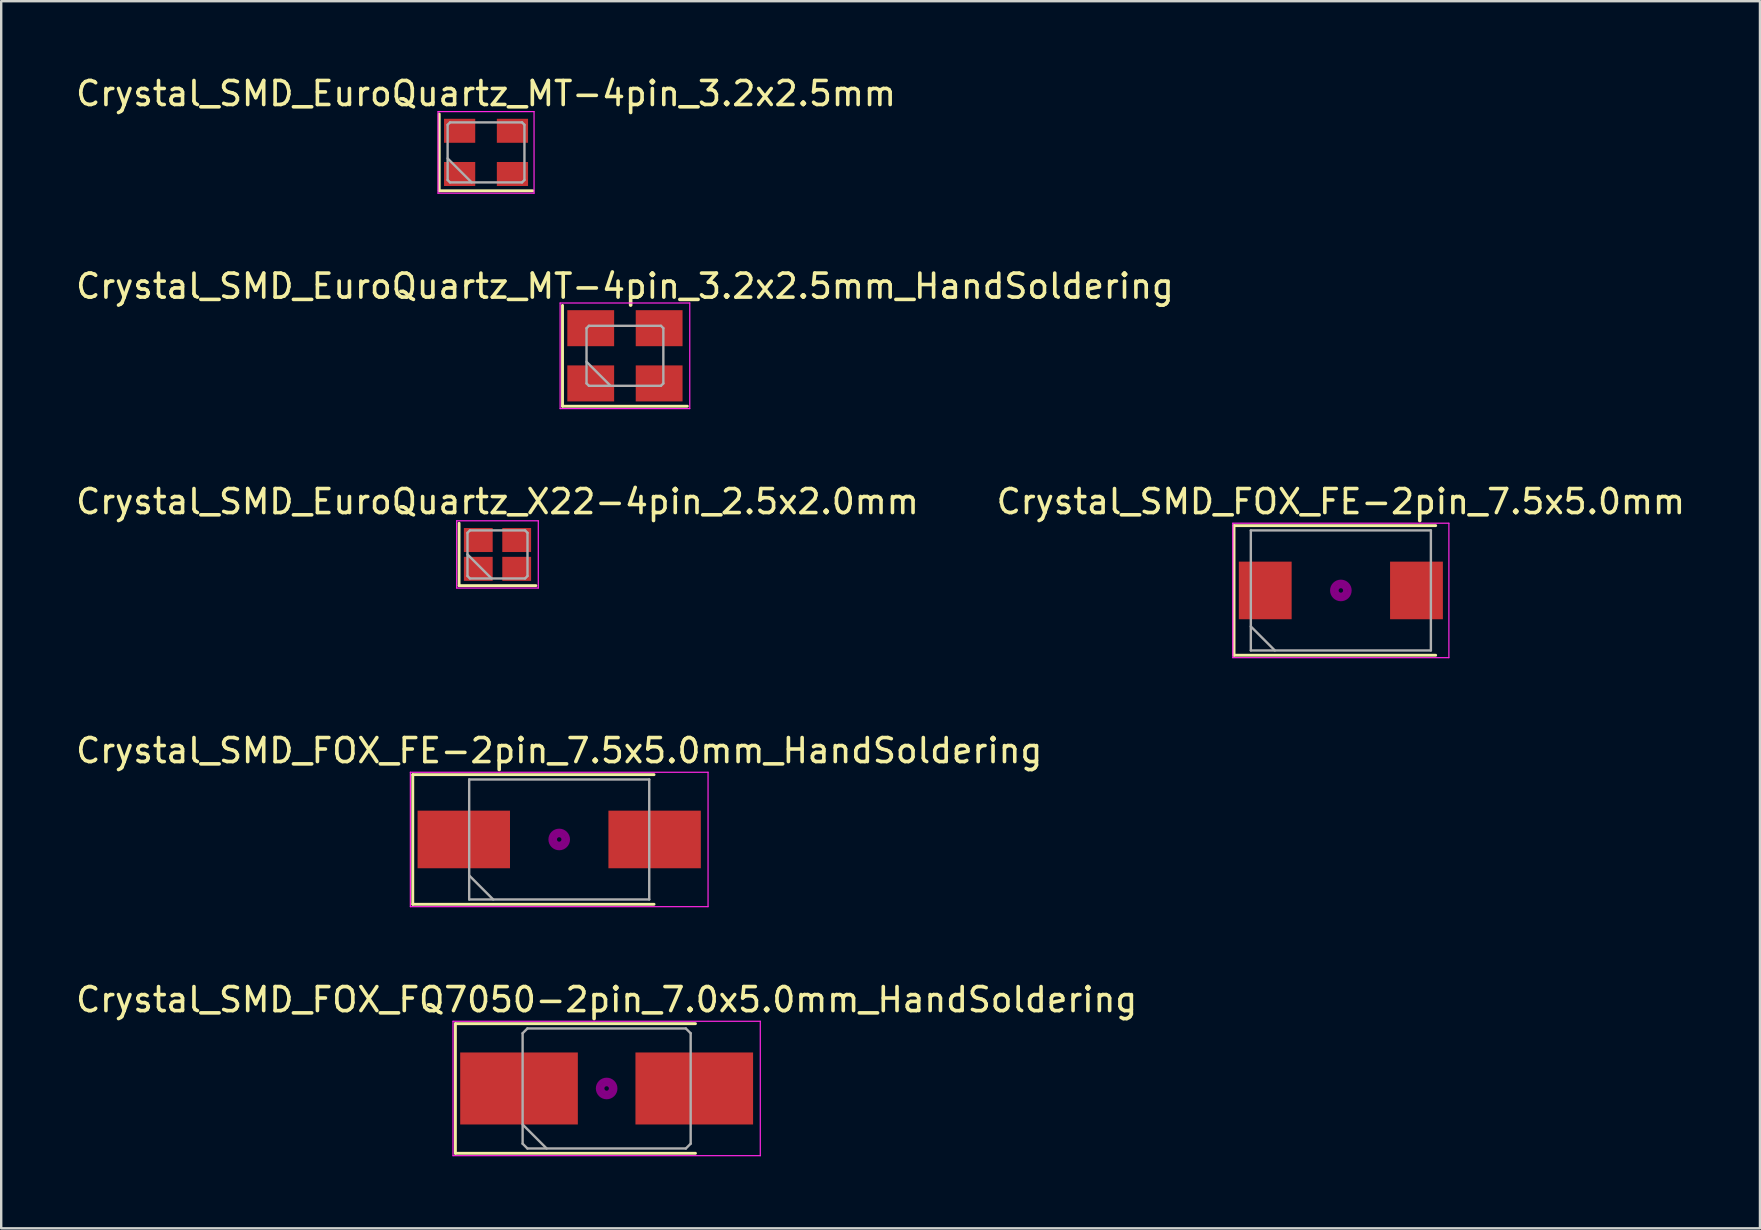
<source format=kicad_pcb>
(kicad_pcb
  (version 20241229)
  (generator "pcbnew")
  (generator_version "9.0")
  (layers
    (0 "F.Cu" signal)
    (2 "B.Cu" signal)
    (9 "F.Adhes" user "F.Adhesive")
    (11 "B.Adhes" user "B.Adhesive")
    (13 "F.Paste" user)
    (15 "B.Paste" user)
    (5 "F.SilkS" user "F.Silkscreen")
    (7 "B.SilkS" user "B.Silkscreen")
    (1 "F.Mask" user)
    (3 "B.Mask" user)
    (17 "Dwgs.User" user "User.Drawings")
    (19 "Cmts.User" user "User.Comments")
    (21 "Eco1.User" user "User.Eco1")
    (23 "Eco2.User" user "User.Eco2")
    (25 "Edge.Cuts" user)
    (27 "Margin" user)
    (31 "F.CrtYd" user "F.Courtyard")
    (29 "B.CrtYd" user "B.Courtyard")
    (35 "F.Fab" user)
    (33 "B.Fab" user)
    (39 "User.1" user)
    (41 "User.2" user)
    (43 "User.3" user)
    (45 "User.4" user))
  (footprint "Crystal_SMD_EuroQuartz_X22-4pin_2.5x2.0mm"
    (layer "F.Cu")
    (at 17.673 20.045)
    (property "Reference" "Crystal_SMD_EuroQuartz_X22-4pin_2.5x2.0mm" (at 0 -2.2 0) (layer "F.SilkS") (effects (font (size 1 1) (thickness 0.15))))
    (attr smd)
    (fp_line (start -1.6 -1.3) (end -1.6 1.3) (stroke (width 0.12) (type solid)) (layer "F.SilkS"))
    (fp_line (start -1.6 1.3) (end 1.6 1.3) (stroke (width 0.12) (type solid)) (layer "F.SilkS"))
    (fp_line (start -1.7 -1.4) (end -1.7 1.4) (stroke (width 0.05) (type solid)) (layer "F.CrtYd"))
    (fp_line (start -1.7 1.4) (end 1.7 1.4) (stroke (width 0.05) (type solid)) (layer "F.CrtYd"))
    (fp_line (start 1.7 -1.4) (end -1.7 -1.4) (stroke (width 0.05) (type solid)) (layer "F.CrtYd"))
    (fp_line (start 1.7 1.4) (end 1.7 -1.4) (stroke (width 0.05) (type solid)) (layer "F.CrtYd"))
    (fp_line (start -1.25 -0.9) (end -1.15 -1) (stroke (width 0.1) (type solid)) (layer "F.Fab"))
    (fp_line (start -1.25 0) (end -0.25 1) (stroke (width 0.1) (type solid)) (layer "F.Fab"))
    (fp_line (start -1.25 0.9) (end -1.25 -0.9) (stroke (width 0.1) (type solid)) (layer "F.Fab"))
    (fp_line (start -1.15 -1) (end 1.15 -1) (stroke (width 0.1) (type solid)) (layer "F.Fab"))
    (fp_line (start -1.15 1) (end -1.25 0.9) (stroke (width 0.1) (type solid)) (layer "F.Fab"))
    (fp_line (start 1.15 -1) (end 1.25 -0.9) (stroke (width 0.1) (type solid)) (layer "F.Fab"))
    (fp_line (start 1.15 1) (end -1.15 1) (stroke (width 0.1) (type solid)) (layer "F.Fab"))
    (fp_line (start 1.25 -0.9) (end 1.25 0.9) (stroke (width 0.1) (type solid)) (layer "F.Fab"))
    (fp_line (start 1.25 0.9) (end 1.15 1) (stroke (width 0.1) (type solid)) (layer "F.Fab"))
    (pad "1" smd rect (at -0.8 0.6) (size 1.2 1) (layers "F.Cu" "F.Mask"))
    (pad "2" smd rect (at 0.8 0.6) (size 1.2 1) (layers "F.Cu" "F.Mask"))
    (pad "3" smd rect (at 0.8 -0.6) (size 1.2 1) (layers "F.Cu" "F.Mask"))
    (pad "4" smd rect (at -0.8 -0.6) (size 1.2 1) (layers "F.Cu" "F.Mask")))
  (footprint "Crystal_SMD_EuroQuartz_MT-4pin_3.2x2.5mm_HandSoldering"
    (layer "F.Cu")
    (at 22.982 11.771)
    (property "Reference" "Crystal_SMD_EuroQuartz_MT-4pin_3.2x2.5mm_HandSoldering" (at 0 -2.9 0) (layer "F.SilkS") (effects (font (size 1 1) (thickness 0.15))))
    (attr smd)
    (fp_line (start -2.6 -2.1) (end -2.6 2.1) (stroke (width 0.12) (type solid)) (layer "F.SilkS"))
    (fp_line (start -2.6 2.1) (end 2.6 2.1) (stroke (width 0.12) (type solid)) (layer "F.SilkS"))
    (fp_line (start -2.7 -2.2) (end -2.7 2.2) (stroke (width 0.05) (type solid)) (layer "F.CrtYd"))
    (fp_line (start -2.7 2.2) (end 2.7 2.2) (stroke (width 0.05) (type solid)) (layer "F.CrtYd"))
    (fp_line (start 2.7 -2.2) (end -2.7 -2.2) (stroke (width 0.05) (type solid)) (layer "F.CrtYd"))
    (fp_line (start 2.7 2.2) (end 2.7 -2.2) (stroke (width 0.05) (type solid)) (layer "F.CrtYd"))
    (fp_line (start -1.6 -1.15) (end -1.5 -1.25) (stroke (width 0.1) (type solid)) (layer "F.Fab"))
    (fp_line (start -1.6 0.25) (end -0.6 1.25) (stroke (width 0.1) (type solid)) (layer "F.Fab"))
    (fp_line (start -1.6 1.15) (end -1.6 -1.15) (stroke (width 0.1) (type solid)) (layer "F.Fab"))
    (fp_line (start -1.5 -1.25) (end 1.5 -1.25) (stroke (width 0.1) (type solid)) (layer "F.Fab"))
    (fp_line (start -1.5 1.25) (end -1.6 1.15) (stroke (width 0.1) (type solid)) (layer "F.Fab"))
    (fp_line (start 1.5 -1.25) (end 1.6 -1.15) (stroke (width 0.1) (type solid)) (layer "F.Fab"))
    (fp_line (start 1.5 1.25) (end -1.5 1.25) (stroke (width 0.1) (type solid)) (layer "F.Fab"))
    (fp_line (start 1.6 -1.15) (end 1.6 1.15) (stroke (width 0.1) (type solid)) (layer "F.Fab"))
    (fp_line (start 1.6 1.15) (end 1.5 1.25) (stroke (width 0.1) (type solid)) (layer "F.Fab"))
    (pad "1" smd rect (at -1.425 1.15) (size 1.95 1.5) (layers "F.Cu" "F.Mask"))
    (pad "2" smd rect (at 1.425 1.15) (size 1.95 1.5) (layers "F.Cu" "F.Mask"))
    (pad "3" smd rect (at 1.425 -1.15) (size 1.95 1.5) (layers "F.Cu" "F.Mask"))
    (pad "4" smd rect (at -1.425 -1.15) (size 1.95 1.5) (layers "F.Cu" "F.Mask")))
  (footprint "Crystal_SMD_EuroQuartz_MT-4pin_3.2x2.5mm"
    (layer "F.Cu")
    (at 17.196 3.298)
    (property "Reference" "Crystal_SMD_EuroQuartz_MT-4pin_3.2x2.5mm" (at 0 -2.45 0) (layer "F.SilkS") (effects (font (size 1 1) (thickness 0.15))))
    (attr smd)
    (fp_line (start -1.95 -1.6) (end -1.95 1.6) (stroke (width 0.12) (type solid)) (layer "F.SilkS"))
    (fp_line (start -1.95 1.6) (end 1.95 1.6) (stroke (width 0.12) (type solid)) (layer "F.SilkS"))
    (fp_line (start -2 -1.7) (end -2 1.7) (stroke (width 0.05) (type solid)) (layer "F.CrtYd"))
    (fp_line (start -2 1.7) (end 2 1.7) (stroke (width 0.05) (type solid)) (layer "F.CrtYd"))
    (fp_line (start 2 -1.7) (end -2 -1.7) (stroke (width 0.05) (type solid)) (layer "F.CrtYd"))
    (fp_line (start 2 1.7) (end 2 -1.7) (stroke (width 0.05) (type solid)) (layer "F.CrtYd"))
    (fp_line (start -1.6 -1.15) (end -1.5 -1.25) (stroke (width 0.1) (type solid)) (layer "F.Fab"))
    (fp_line (start -1.6 0.25) (end -0.6 1.25) (stroke (width 0.1) (type solid)) (layer "F.Fab"))
    (fp_line (start -1.6 1.15) (end -1.6 -1.15) (stroke (width 0.1) (type solid)) (layer "F.Fab"))
    (fp_line (start -1.5 -1.25) (end 1.5 -1.25) (stroke (width 0.1) (type solid)) (layer "F.Fab"))
    (fp_line (start -1.5 1.25) (end -1.6 1.15) (stroke (width 0.1) (type solid)) (layer "F.Fab"))
    (fp_line (start 1.5 -1.25) (end 1.6 -1.15) (stroke (width 0.1) (type solid)) (layer "F.Fab"))
    (fp_line (start 1.5 1.25) (end -1.5 1.25) (stroke (width 0.1) (type solid)) (layer "F.Fab"))
    (fp_line (start 1.6 -1.15) (end 1.6 1.15) (stroke (width 0.1) (type solid)) (layer "F.Fab"))
    (fp_line (start 1.6 1.15) (end 1.5 1.25) (stroke (width 0.1) (type solid)) (layer "F.Fab"))
    (pad "1" smd rect (at -1.1 0.9) (size 1.3 1) (layers "F.Cu" "F.Mask"))
    (pad "2" smd rect (at 1.1 0.9) (size 1.3 1) (layers "F.Cu" "F.Mask"))
    (pad "3" smd rect (at 1.1 -0.9) (size 1.3 1) (layers "F.Cu" "F.Mask"))
    (pad "4" smd rect (at -1.1 -0.9) (size 1.3 1) (layers "F.Cu" "F.Mask")))
  (footprint "Crystal_SMD_FOX_FE-2pin_7.5x5.0mm_HandSoldering"
    (layer "F.Cu")
    (at 20.244 31.918)
    (property "Reference" "Crystal_SMD_FOX_FE-2pin_7.5x5.0mm_HandSoldering" (at 0 -3.7 0) (layer "F.SilkS") (effects (font (size 1 1) (thickness 0.15))))
    (attr smd)
    (fp_line (start -6.1 -2.7) (end -6.1 2.7) (stroke (width 0.12) (type solid)) (layer "F.SilkS"))
    (fp_line (start -6.1 2.7) (end 3.95 2.7) (stroke (width 0.12) (type solid)) (layer "F.SilkS"))
    (fp_line (start 3.95 -2.7) (end -6.1 -2.7) (stroke (width 0.12) (type solid)) (layer "F.SilkS"))
    (fp_circle (center 0 0) (end 0.093 0) (stroke (width 0.187) (type solid)) (fill no) (layer "F.Adhes"))
    (fp_circle (center 0 0) (end 0.213 0) (stroke (width 0.133) (type solid)) (fill no) (layer "F.Adhes"))
    (fp_circle (center 0 0) (end 0.333 0) (stroke (width 0.133) (type solid)) (fill no) (layer "F.Adhes"))
    (fp_circle (center 0 0) (end 0.4 0) (stroke (width 0.1) (type solid)) (fill no) (layer "F.Adhes"))
    (fp_line (start -6.2 -2.8) (end -6.2 2.8) (stroke (width 0.05) (type solid)) (layer "F.CrtYd"))
    (fp_line (start -6.2 2.8) (end 6.2 2.8) (stroke (width 0.05) (type solid)) (layer "F.CrtYd"))
    (fp_line (start 6.2 -2.8) (end -6.2 -2.8) (stroke (width 0.05) (type solid)) (layer "F.CrtYd"))
    (fp_line (start 6.2 2.8) (end 6.2 -2.8) (stroke (width 0.05) (type solid)) (layer "F.CrtYd"))
    (fp_line (start -3.75 -2.5) (end -3.75 2.5) (stroke (width 0.1) (type solid)) (layer "F.Fab"))
    (fp_line (start -3.75 1.5) (end -2.75 2.5) (stroke (width 0.1) (type solid)) (layer "F.Fab"))
    (fp_line (start -3.75 2.5) (end 3.75 2.5) (stroke (width 0.1) (type solid)) (layer "F.Fab"))
    (fp_line (start 3.75 -2.5) (end -3.75 -2.5) (stroke (width 0.1) (type solid)) (layer "F.Fab"))
    (fp_line (start 3.75 2.5) (end 3.75 -2.5) (stroke (width 0.1) (type solid)) (layer "F.Fab"))
    (pad "1" smd rect (at -3.975 0) (size 3.85 2.4) (layers "F.Cu" "F.Mask"))
    (pad "2" smd rect (at 3.975 0) (size 3.85 2.4) (layers "F.Cu" "F.Mask")))
  (footprint "Crystal_SMD_FOX_FQ7050-2pin_7.0x5.0mm_HandSoldering"
    (layer "F.Cu")
    (at 22.22 42.291)
    (property "Reference" "Crystal_SMD_FOX_FQ7050-2pin_7.0x5.0mm_HandSoldering" (at 0 -3.7 0) (layer "F.SilkS") (effects (font (size 1 1) (thickness 0.15))))
    (attr smd)
    (fp_line (start -6.3 -2.7) (end -6.3 2.7) (stroke (width 0.12) (type solid)) (layer "F.SilkS"))
    (fp_line (start -6.3 2.7) (end 3.7 2.7) (stroke (width 0.12) (type solid)) (layer "F.SilkS"))
    (fp_line (start 3.7 -2.7) (end -6.3 -2.7) (stroke (width 0.12) (type solid)) (layer "F.SilkS"))
    (fp_circle (center 0 0) (end 0.093 0) (stroke (width 0.187) (type solid)) (fill no) (layer "F.Adhes"))
    (fp_circle (center 0 0) (end 0.213 0) (stroke (width 0.133) (type solid)) (fill no) (layer "F.Adhes"))
    (fp_circle (center 0 0) (end 0.333 0) (stroke (width 0.133) (type solid)) (fill no) (layer "F.Adhes"))
    (fp_circle (center 0 0) (end 0.4 0) (stroke (width 0.1) (type solid)) (fill no) (layer "F.Adhes"))
    (fp_line (start -6.4 -2.8) (end -6.4 2.8) (stroke (width 0.05) (type solid)) (layer "F.CrtYd"))
    (fp_line (start -6.4 2.8) (end 6.4 2.8) (stroke (width 0.05) (type solid)) (layer "F.CrtYd"))
    (fp_line (start 6.4 -2.8) (end -6.4 -2.8) (stroke (width 0.05) (type solid)) (layer "F.CrtYd"))
    (fp_line (start 6.4 2.8) (end 6.4 -2.8) (stroke (width 0.05) (type solid)) (layer "F.CrtYd"))
    (fp_line (start -3.5 -2.3) (end -3.3 -2.5) (stroke (width 0.1) (type solid)) (layer "F.Fab"))
    (fp_line (start -3.5 1.5) (end -2.5 2.5) (stroke (width 0.1) (type solid)) (layer "F.Fab"))
    (fp_line (start -3.5 2.3) (end -3.5 -2.3) (stroke (width 0.1) (type solid)) (layer "F.Fab"))
    (fp_line (start -3.3 -2.5) (end 3.3 -2.5) (stroke (width 0.1) (type solid)) (layer "F.Fab"))
    (fp_line (start -3.3 2.5) (end -3.5 2.3) (stroke (width 0.1) (type solid)) (layer "F.Fab"))
    (fp_line (start 3.3 -2.5) (end 3.5 -2.3) (stroke (width 0.1) (type solid)) (layer "F.Fab"))
    (fp_line (start 3.3 2.5) (end -3.3 2.5) (stroke (width 0.1) (type solid)) (layer "F.Fab"))
    (fp_line (start 3.5 -2.3) (end 3.5 2.3) (stroke (width 0.1) (type solid)) (layer "F.Fab"))
    (fp_line (start 3.5 2.3) (end 3.3 2.5) (stroke (width 0.1) (type solid)) (layer "F.Fab"))
    (pad "1" smd rect (at -3.65 0) (size 4.9 3) (layers "F.Cu" "F.Mask"))
    (pad "2" smd rect (at 3.65 0) (size 4.9 3) (layers "F.Cu" "F.Mask")))
  (footprint "Crystal_SMD_FOX_FE-2pin_7.5x5.0mm"
    (layer "F.Cu")
    (at 52.804 21.545)
    (property "Reference" "Crystal_SMD_FOX_FE-2pin_7.5x5.0mm" (at 0 -3.7 0) (layer "F.SilkS") (effects (font (size 1 1) (thickness 0.15))))
    (attr smd)
    (fp_line (start -4.45 -2.7) (end -4.45 2.7) (stroke (width 0.12) (type solid)) (layer "F.SilkS"))
    (fp_line (start -4.45 2.7) (end 3.95 2.7) (stroke (width 0.12) (type solid)) (layer "F.SilkS"))
    (fp_line (start 3.95 -2.7) (end -4.45 -2.7) (stroke (width 0.12) (type solid)) (layer "F.SilkS"))
    (fp_circle (center 0 0) (end 0.093 0) (stroke (width 0.187) (type solid)) (fill no) (layer "F.Adhes"))
    (fp_circle (center 0 0) (end 0.213 0) (stroke (width 0.133) (type solid)) (fill no) (layer "F.Adhes"))
    (fp_circle (center 0 0) (end 0.333 0) (stroke (width 0.133) (type solid)) (fill no) (layer "F.Adhes"))
    (fp_circle (center 0 0) (end 0.4 0) (stroke (width 0.1) (type solid)) (fill no) (layer "F.Adhes"))
    (fp_line (start -4.5 -2.8) (end -4.5 2.8) (stroke (width 0.05) (type solid)) (layer "F.CrtYd"))
    (fp_line (start -4.5 2.8) (end 4.5 2.8) (stroke (width 0.05) (type solid)) (layer "F.CrtYd"))
    (fp_line (start 4.5 -2.8) (end -4.5 -2.8) (stroke (width 0.05) (type solid)) (layer "F.CrtYd"))
    (fp_line (start 4.5 2.8) (end 4.5 -2.8) (stroke (width 0.05) (type solid)) (layer "F.CrtYd"))
    (fp_line (start -3.75 -2.5) (end -3.75 2.5) (stroke (width 0.1) (type solid)) (layer "F.Fab"))
    (fp_line (start -3.75 1.5) (end -2.75 2.5) (stroke (width 0.1) (type solid)) (layer "F.Fab"))
    (fp_line (start -3.75 2.5) (end 3.75 2.5) (stroke (width 0.1) (type solid)) (layer "F.Fab"))
    (fp_line (start 3.75 -2.5) (end -3.75 -2.5) (stroke (width 0.1) (type solid)) (layer "F.Fab"))
    (fp_line (start 3.75 2.5) (end 3.75 -2.5) (stroke (width 0.1) (type solid)) (layer "F.Fab"))
    (pad "1" smd rect (at -3.15 0) (size 2.2 2.4) (layers "F.Cu" "F.Mask"))
    (pad "2" smd rect (at 3.15 0) (size 2.2 2.4) (layers "F.Cu" "F.Mask")))
  (gr_rect
    (start -3 -3)
    (end 70.262 48.116)
    (stroke (width 0.1) (type default))
    (fill no)
    (layer "Edge.Cuts")))
</source>
